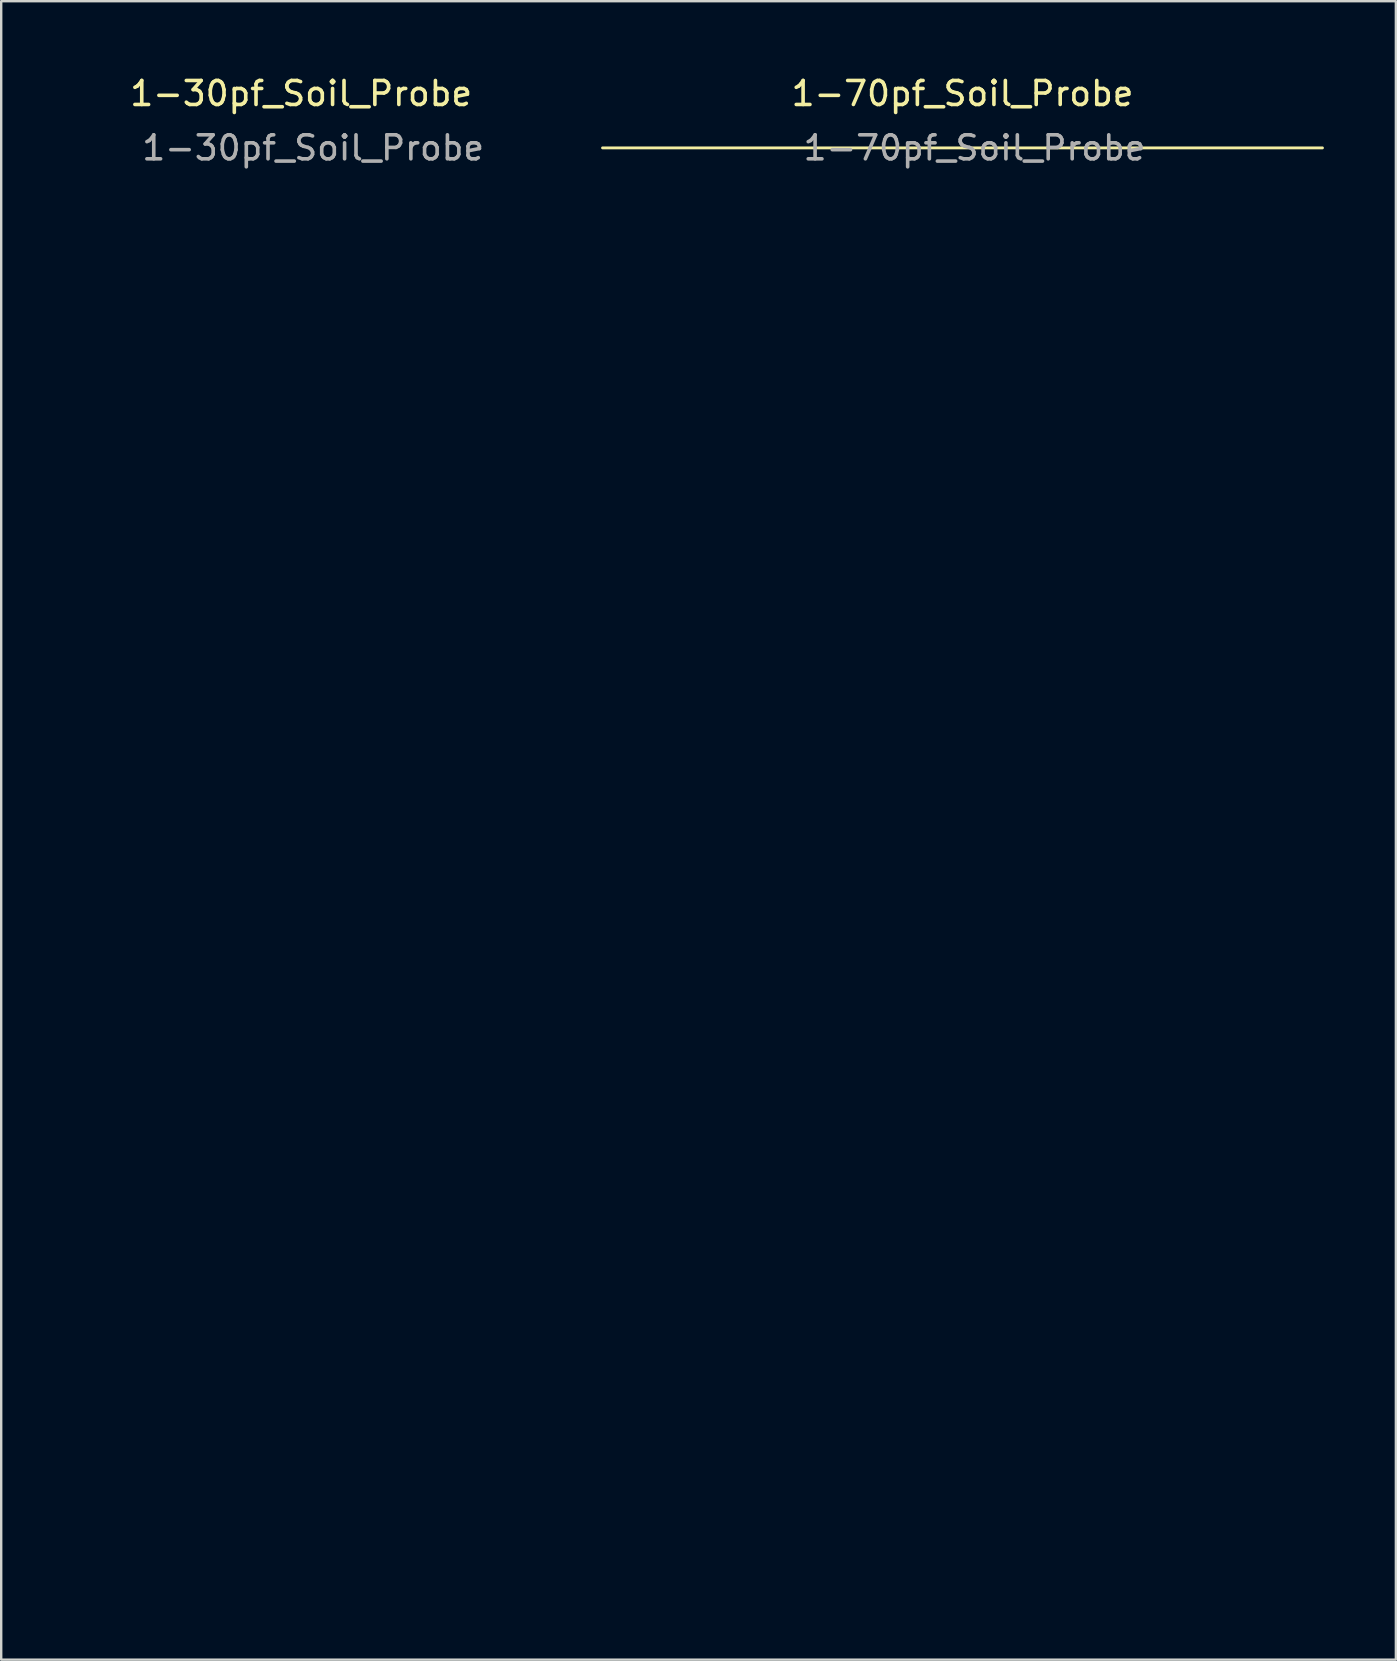
<source format=kicad_pcb>
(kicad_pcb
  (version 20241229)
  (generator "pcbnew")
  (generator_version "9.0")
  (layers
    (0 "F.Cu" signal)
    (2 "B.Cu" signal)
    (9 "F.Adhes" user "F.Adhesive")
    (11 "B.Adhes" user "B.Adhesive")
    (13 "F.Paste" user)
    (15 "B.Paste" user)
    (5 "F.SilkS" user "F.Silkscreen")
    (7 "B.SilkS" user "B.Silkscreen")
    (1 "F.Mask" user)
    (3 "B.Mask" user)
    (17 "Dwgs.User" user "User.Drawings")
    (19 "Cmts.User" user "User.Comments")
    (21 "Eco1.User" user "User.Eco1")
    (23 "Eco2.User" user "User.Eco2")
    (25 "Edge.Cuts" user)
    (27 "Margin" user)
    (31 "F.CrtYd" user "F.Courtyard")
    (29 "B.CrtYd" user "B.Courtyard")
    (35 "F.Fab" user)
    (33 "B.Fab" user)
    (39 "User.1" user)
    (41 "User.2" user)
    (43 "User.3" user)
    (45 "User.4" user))
  (footprint "1-70pf_Soil_Probe"
    (layer "F.Cu")
    (at 37.06 25.613)
    (property "Reference" "1-70pf_Soil_Probe" (at 0 -24.765 0) (unlocked yes) (layer "F.SilkS") (effects (font (size 1 1) (thickness 0.15))))
    (attr smd exclude_from_bom)
    (fp_line (start -15 -22.5) (end 15 -22.5) (stroke (width 0.12) (type default)) (layer "F.SilkS"))
    (fp_text user "${REFERENCE}" (at 0.5 -22.5 0) (unlocked yes) (layer "F.Fab") (effects (font (size 1 1) (thickness 0.15))))
    (pad "1" smd roundrect (at -9 7.5) (size 8 60) (layers "In1.Cu") (roundrect_rratio 0.25))
    (pad "2" smd roundrect (at 8.5 7.5) (size 8 60) (layers "In1.Cu") (roundrect_rratio 0.25)))
  (footprint "1-30pf_Soil_Probe"
    (layer "F.Cu")
    (at 9.5 25.613)
    (property "Reference" "1-30pf_Soil_Probe" (at 0 -24.765 0) (unlocked yes) (layer "F.SilkS") (effects (font (size 1 1) (thickness 0.15))))
    (attr smd exclude_from_bom)
    (fp_text user "${REFERENCE}" (at 0.5 -22.5 0) (unlocked yes) (layer "F.Fab") (effects (font (size 1 1) (thickness 0.15))))
    (pad "1" smd roundrect (at -8.5 0) (size 2 45) (layers "In1.Cu") (roundrect_rratio 0.25))
    (pad "2" smd roundrect (at 8.5 0) (size 2 45) (layers "In1.Cu") (roundrect_rratio 0.25)))
  (gr_rect
    (start -3 -3)
    (end 55.12 66.113)
    (stroke (width 0.1) (type default))
    (fill no)
    (layer "Edge.Cuts")))
</source>
